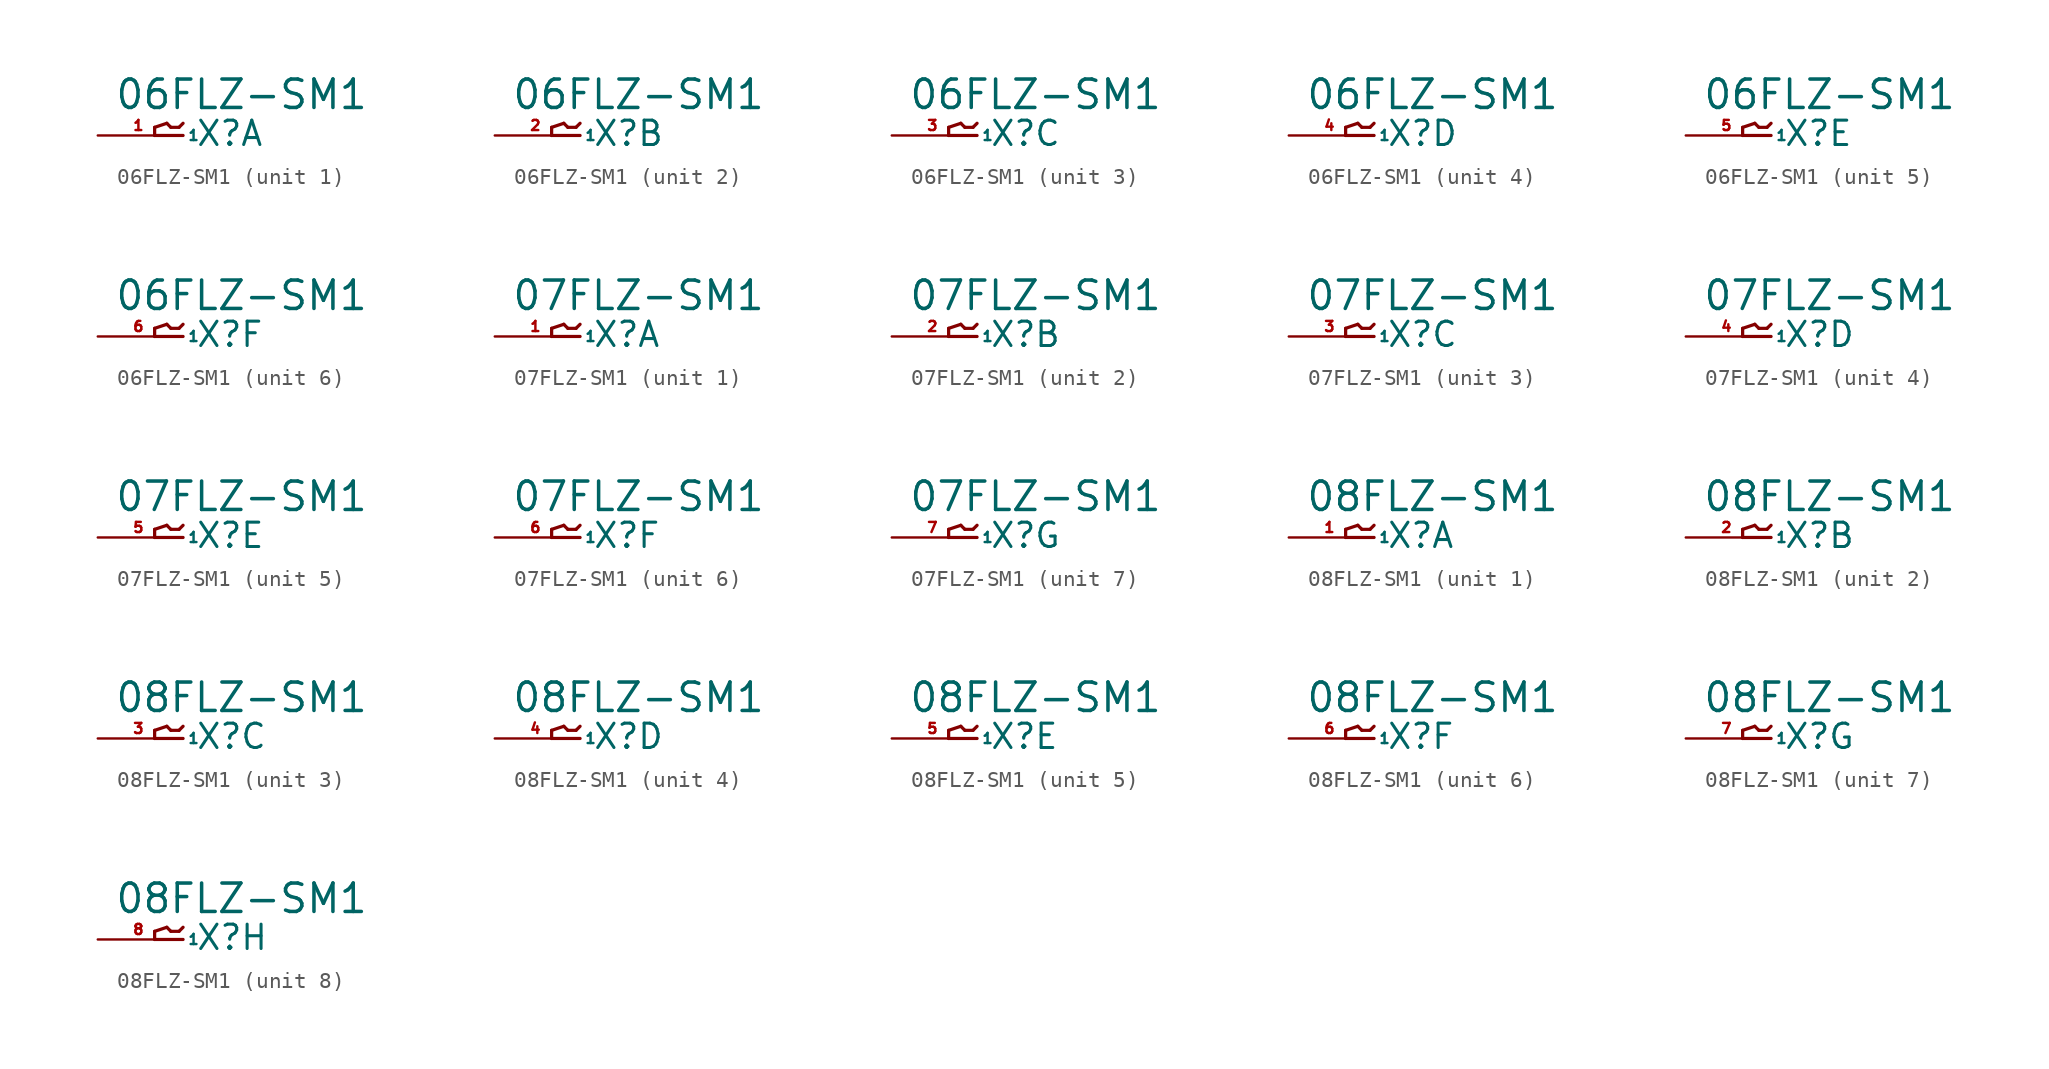
<source format=kicad_sym>
(kicad_symbol_lib
  (version 20220914)
  (generator Eagle2Kicad)
  (symbol "06FLZ-SM1"
    (property "Reference" "X"
      (at 1.016 -0.762 0)
      (effects (font (size 1.524 1.524) (thickness 0.19)) (justify left bottom)))
    (property "Value" "06FLZ-SM1"
      (at -4.064 1.524 0)
      (effects (font (size 1.778 1.778) (thickness 0.22)) (justify left bottom)))
    (symbol "06FLZ-SM1_1_0"
      (polyline (pts (xy 0.254 0) (xy -1.524 0)) (stroke (width 0.203) (type default)) (fill (type none)))
      (polyline (pts (xy -1.524 0) (xy -1.524 0.508)) (stroke (width 0.203) (type default)) (fill (type none)))
      (polyline (pts (xy -1.524 0.508) (xy -0.762 0.762)) (stroke (width 0.203) (type default)) (fill (type none)))
      (polyline (pts (xy -0.762 0.762) (xy -0.508 0.508)) (stroke (width 0.203) (type default)) (fill (type none)))
      (polyline (pts (xy -0.508 0.508) (xy 0 0.508)) (stroke (width 0.203) (type default)) (fill (type none)))
      (polyline (pts (xy 0 0.508) (xy 0.254 0.762)) (stroke (width 0.203) (type default)) (fill (type none)))
      (pin passive line (at -5.08 0 0) (length 5.08) (name "1" (effects (font (size 0.635 0.635) (thickness 0.08)) (justify left bottom))) (number "1" (effects (font (size 0.635 0.635) (thickness 0.08)) (justify left bottom)))))
    (symbol "06FLZ-SM1_2_0"
      (polyline (pts (xy 0.254 0) (xy -1.524 0)) (stroke (width 0.203) (type default)) (fill (type none)))
      (polyline (pts (xy -1.524 0) (xy -1.524 0.508)) (stroke (width 0.203) (type default)) (fill (type none)))
      (polyline (pts (xy -1.524 0.508) (xy -0.762 0.762)) (stroke (width 0.203) (type default)) (fill (type none)))
      (polyline (pts (xy -0.762 0.762) (xy -0.508 0.508)) (stroke (width 0.203) (type default)) (fill (type none)))
      (polyline (pts (xy -0.508 0.508) (xy 0 0.508)) (stroke (width 0.203) (type default)) (fill (type none)))
      (polyline (pts (xy 0 0.508) (xy 0.254 0.762)) (stroke (width 0.203) (type default)) (fill (type none)))
      (pin passive line (at -5.08 0 0) (length 5.08) (name "1" (effects (font (size 0.635 0.635) (thickness 0.08)) (justify left bottom))) (number "2" (effects (font (size 0.635 0.635) (thickness 0.08)) (justify left bottom)))))
    (symbol "06FLZ-SM1_3_0"
      (polyline (pts (xy 0.254 0) (xy -1.524 0)) (stroke (width 0.203) (type default)) (fill (type none)))
      (polyline (pts (xy -1.524 0) (xy -1.524 0.508)) (stroke (width 0.203) (type default)) (fill (type none)))
      (polyline (pts (xy -1.524 0.508) (xy -0.762 0.762)) (stroke (width 0.203) (type default)) (fill (type none)))
      (polyline (pts (xy -0.762 0.762) (xy -0.508 0.508)) (stroke (width 0.203) (type default)) (fill (type none)))
      (polyline (pts (xy -0.508 0.508) (xy 0 0.508)) (stroke (width 0.203) (type default)) (fill (type none)))
      (polyline (pts (xy 0 0.508) (xy 0.254 0.762)) (stroke (width 0.203) (type default)) (fill (type none)))
      (pin passive line (at -5.08 0 0) (length 5.08) (name "1" (effects (font (size 0.635 0.635) (thickness 0.08)) (justify left bottom))) (number "3" (effects (font (size 0.635 0.635) (thickness 0.08)) (justify left bottom)))))
    (symbol "06FLZ-SM1_4_0"
      (polyline (pts (xy 0.254 0) (xy -1.524 0)) (stroke (width 0.203) (type default)) (fill (type none)))
      (polyline (pts (xy -1.524 0) (xy -1.524 0.508)) (stroke (width 0.203) (type default)) (fill (type none)))
      (polyline (pts (xy -1.524 0.508) (xy -0.762 0.762)) (stroke (width 0.203) (type default)) (fill (type none)))
      (polyline (pts (xy -0.762 0.762) (xy -0.508 0.508)) (stroke (width 0.203) (type default)) (fill (type none)))
      (polyline (pts (xy -0.508 0.508) (xy 0 0.508)) (stroke (width 0.203) (type default)) (fill (type none)))
      (polyline (pts (xy 0 0.508) (xy 0.254 0.762)) (stroke (width 0.203) (type default)) (fill (type none)))
      (pin passive line (at -5.08 0 0) (length 5.08) (name "1" (effects (font (size 0.635 0.635) (thickness 0.08)) (justify left bottom))) (number "4" (effects (font (size 0.635 0.635) (thickness 0.08)) (justify left bottom)))))
    (symbol "06FLZ-SM1_5_0"
      (polyline (pts (xy 0.254 0) (xy -1.524 0)) (stroke (width 0.203) (type default)) (fill (type none)))
      (polyline (pts (xy -1.524 0) (xy -1.524 0.508)) (stroke (width 0.203) (type default)) (fill (type none)))
      (polyline (pts (xy -1.524 0.508) (xy -0.762 0.762)) (stroke (width 0.203) (type default)) (fill (type none)))
      (polyline (pts (xy -0.762 0.762) (xy -0.508 0.508)) (stroke (width 0.203) (type default)) (fill (type none)))
      (polyline (pts (xy -0.508 0.508) (xy 0 0.508)) (stroke (width 0.203) (type default)) (fill (type none)))
      (polyline (pts (xy 0 0.508) (xy 0.254 0.762)) (stroke (width 0.203) (type default)) (fill (type none)))
      (pin passive line (at -5.08 0 0) (length 5.08) (name "1" (effects (font (size 0.635 0.635) (thickness 0.08)) (justify left bottom))) (number "5" (effects (font (size 0.635 0.635) (thickness 0.08)) (justify left bottom)))))
    (symbol "06FLZ-SM1_6_0"
      (polyline (pts (xy 0.254 0) (xy -1.524 0)) (stroke (width 0.203) (type default)) (fill (type none)))
      (polyline (pts (xy -1.524 0) (xy -1.524 0.508)) (stroke (width 0.203) (type default)) (fill (type none)))
      (polyline (pts (xy -1.524 0.508) (xy -0.762 0.762)) (stroke (width 0.203) (type default)) (fill (type none)))
      (polyline (pts (xy -0.762 0.762) (xy -0.508 0.508)) (stroke (width 0.203) (type default)) (fill (type none)))
      (polyline (pts (xy -0.508 0.508) (xy 0 0.508)) (stroke (width 0.203) (type default)) (fill (type none)))
      (polyline (pts (xy 0 0.508) (xy 0.254 0.762)) (stroke (width 0.203) (type default)) (fill (type none)))
      (pin passive line (at -5.08 0 0) (length 5.08) (name "1" (effects (font (size 0.635 0.635) (thickness 0.08)) (justify left bottom))) (number "6" (effects (font (size 0.635 0.635) (thickness 0.08)) (justify left bottom))))))
  (symbol "07FLZ-SM1"
    (property "Reference" "X"
      (at 1.016 -0.762 0)
      (effects (font (size 1.524 1.524) (thickness 0.19)) (justify left bottom)))
    (property "Value" "07FLZ-SM1"
      (at -4.064 1.524 0)
      (effects (font (size 1.778 1.778) (thickness 0.22)) (justify left bottom)))
    (symbol "07FLZ-SM1_1_0"
      (polyline (pts (xy 0.254 0) (xy -1.524 0)) (stroke (width 0.203) (type default)) (fill (type none)))
      (polyline (pts (xy -1.524 0) (xy -1.524 0.508)) (stroke (width 0.203) (type default)) (fill (type none)))
      (polyline (pts (xy -1.524 0.508) (xy -0.762 0.762)) (stroke (width 0.203) (type default)) (fill (type none)))
      (polyline (pts (xy -0.762 0.762) (xy -0.508 0.508)) (stroke (width 0.203) (type default)) (fill (type none)))
      (polyline (pts (xy -0.508 0.508) (xy 0 0.508)) (stroke (width 0.203) (type default)) (fill (type none)))
      (polyline (pts (xy 0 0.508) (xy 0.254 0.762)) (stroke (width 0.203) (type default)) (fill (type none)))
      (pin passive line (at -5.08 0 0) (length 5.08) (name "1" (effects (font (size 0.635 0.635) (thickness 0.08)) (justify left bottom))) (number "1" (effects (font (size 0.635 0.635) (thickness 0.08)) (justify left bottom)))))
    (symbol "07FLZ-SM1_2_0"
      (polyline (pts (xy 0.254 0) (xy -1.524 0)) (stroke (width 0.203) (type default)) (fill (type none)))
      (polyline (pts (xy -1.524 0) (xy -1.524 0.508)) (stroke (width 0.203) (type default)) (fill (type none)))
      (polyline (pts (xy -1.524 0.508) (xy -0.762 0.762)) (stroke (width 0.203) (type default)) (fill (type none)))
      (polyline (pts (xy -0.762 0.762) (xy -0.508 0.508)) (stroke (width 0.203) (type default)) (fill (type none)))
      (polyline (pts (xy -0.508 0.508) (xy 0 0.508)) (stroke (width 0.203) (type default)) (fill (type none)))
      (polyline (pts (xy 0 0.508) (xy 0.254 0.762)) (stroke (width 0.203) (type default)) (fill (type none)))
      (pin passive line (at -5.08 0 0) (length 5.08) (name "1" (effects (font (size 0.635 0.635) (thickness 0.08)) (justify left bottom))) (number "2" (effects (font (size 0.635 0.635) (thickness 0.08)) (justify left bottom)))))
    (symbol "07FLZ-SM1_3_0"
      (polyline (pts (xy 0.254 0) (xy -1.524 0)) (stroke (width 0.203) (type default)) (fill (type none)))
      (polyline (pts (xy -1.524 0) (xy -1.524 0.508)) (stroke (width 0.203) (type default)) (fill (type none)))
      (polyline (pts (xy -1.524 0.508) (xy -0.762 0.762)) (stroke (width 0.203) (type default)) (fill (type none)))
      (polyline (pts (xy -0.762 0.762) (xy -0.508 0.508)) (stroke (width 0.203) (type default)) (fill (type none)))
      (polyline (pts (xy -0.508 0.508) (xy 0 0.508)) (stroke (width 0.203) (type default)) (fill (type none)))
      (polyline (pts (xy 0 0.508) (xy 0.254 0.762)) (stroke (width 0.203) (type default)) (fill (type none)))
      (pin passive line (at -5.08 0 0) (length 5.08) (name "1" (effects (font (size 0.635 0.635) (thickness 0.08)) (justify left bottom))) (number "3" (effects (font (size 0.635 0.635) (thickness 0.08)) (justify left bottom)))))
    (symbol "07FLZ-SM1_4_0"
      (polyline (pts (xy 0.254 0) (xy -1.524 0)) (stroke (width 0.203) (type default)) (fill (type none)))
      (polyline (pts (xy -1.524 0) (xy -1.524 0.508)) (stroke (width 0.203) (type default)) (fill (type none)))
      (polyline (pts (xy -1.524 0.508) (xy -0.762 0.762)) (stroke (width 0.203) (type default)) (fill (type none)))
      (polyline (pts (xy -0.762 0.762) (xy -0.508 0.508)) (stroke (width 0.203) (type default)) (fill (type none)))
      (polyline (pts (xy -0.508 0.508) (xy 0 0.508)) (stroke (width 0.203) (type default)) (fill (type none)))
      (polyline (pts (xy 0 0.508) (xy 0.254 0.762)) (stroke (width 0.203) (type default)) (fill (type none)))
      (pin passive line (at -5.08 0 0) (length 5.08) (name "1" (effects (font (size 0.635 0.635) (thickness 0.08)) (justify left bottom))) (number "4" (effects (font (size 0.635 0.635) (thickness 0.08)) (justify left bottom)))))
    (symbol "07FLZ-SM1_5_0"
      (polyline (pts (xy 0.254 0) (xy -1.524 0)) (stroke (width 0.203) (type default)) (fill (type none)))
      (polyline (pts (xy -1.524 0) (xy -1.524 0.508)) (stroke (width 0.203) (type default)) (fill (type none)))
      (polyline (pts (xy -1.524 0.508) (xy -0.762 0.762)) (stroke (width 0.203) (type default)) (fill (type none)))
      (polyline (pts (xy -0.762 0.762) (xy -0.508 0.508)) (stroke (width 0.203) (type default)) (fill (type none)))
      (polyline (pts (xy -0.508 0.508) (xy 0 0.508)) (stroke (width 0.203) (type default)) (fill (type none)))
      (polyline (pts (xy 0 0.508) (xy 0.254 0.762)) (stroke (width 0.203) (type default)) (fill (type none)))
      (pin passive line (at -5.08 0 0) (length 5.08) (name "1" (effects (font (size 0.635 0.635) (thickness 0.08)) (justify left bottom))) (number "5" (effects (font (size 0.635 0.635) (thickness 0.08)) (justify left bottom)))))
    (symbol "07FLZ-SM1_6_0"
      (polyline (pts (xy 0.254 0) (xy -1.524 0)) (stroke (width 0.203) (type default)) (fill (type none)))
      (polyline (pts (xy -1.524 0) (xy -1.524 0.508)) (stroke (width 0.203) (type default)) (fill (type none)))
      (polyline (pts (xy -1.524 0.508) (xy -0.762 0.762)) (stroke (width 0.203) (type default)) (fill (type none)))
      (polyline (pts (xy -0.762 0.762) (xy -0.508 0.508)) (stroke (width 0.203) (type default)) (fill (type none)))
      (polyline (pts (xy -0.508 0.508) (xy 0 0.508)) (stroke (width 0.203) (type default)) (fill (type none)))
      (polyline (pts (xy 0 0.508) (xy 0.254 0.762)) (stroke (width 0.203) (type default)) (fill (type none)))
      (pin passive line (at -5.08 0 0) (length 5.08) (name "1" (effects (font (size 0.635 0.635) (thickness 0.08)) (justify left bottom))) (number "6" (effects (font (size 0.635 0.635) (thickness 0.08)) (justify left bottom)))))
    (symbol "07FLZ-SM1_7_0"
      (polyline (pts (xy 0.254 0) (xy -1.524 0)) (stroke (width 0.203) (type default)) (fill (type none)))
      (polyline (pts (xy -1.524 0) (xy -1.524 0.508)) (stroke (width 0.203) (type default)) (fill (type none)))
      (polyline (pts (xy -1.524 0.508) (xy -0.762 0.762)) (stroke (width 0.203) (type default)) (fill (type none)))
      (polyline (pts (xy -0.762 0.762) (xy -0.508 0.508)) (stroke (width 0.203) (type default)) (fill (type none)))
      (polyline (pts (xy -0.508 0.508) (xy 0 0.508)) (stroke (width 0.203) (type default)) (fill (type none)))
      (polyline (pts (xy 0 0.508) (xy 0.254 0.762)) (stroke (width 0.203) (type default)) (fill (type none)))
      (pin passive line (at -5.08 0 0) (length 5.08) (name "1" (effects (font (size 0.635 0.635) (thickness 0.08)) (justify left bottom))) (number "7" (effects (font (size 0.635 0.635) (thickness 0.08)) (justify left bottom))))))
  (symbol "08FLZ-SM1"
    (property "Reference" "X"
      (at 1.016 -0.762 0)
      (effects (font (size 1.524 1.524) (thickness 0.19)) (justify left bottom)))
    (property "Value" "08FLZ-SM1"
      (at -4.064 1.524 0)
      (effects (font (size 1.778 1.778) (thickness 0.22)) (justify left bottom)))
    (symbol "08FLZ-SM1_1_0"
      (polyline (pts (xy 0.254 0) (xy -1.524 0)) (stroke (width 0.203) (type default)) (fill (type none)))
      (polyline (pts (xy -1.524 0) (xy -1.524 0.508)) (stroke (width 0.203) (type default)) (fill (type none)))
      (polyline (pts (xy -1.524 0.508) (xy -0.762 0.762)) (stroke (width 0.203) (type default)) (fill (type none)))
      (polyline (pts (xy -0.762 0.762) (xy -0.508 0.508)) (stroke (width 0.203) (type default)) (fill (type none)))
      (polyline (pts (xy -0.508 0.508) (xy 0 0.508)) (stroke (width 0.203) (type default)) (fill (type none)))
      (polyline (pts (xy 0 0.508) (xy 0.254 0.762)) (stroke (width 0.203) (type default)) (fill (type none)))
      (pin passive line (at -5.08 0 0) (length 5.08) (name "1" (effects (font (size 0.635 0.635) (thickness 0.08)) (justify left bottom))) (number "1" (effects (font (size 0.635 0.635) (thickness 0.08)) (justify left bottom)))))
    (symbol "08FLZ-SM1_2_0"
      (polyline (pts (xy 0.254 0) (xy -1.524 0)) (stroke (width 0.203) (type default)) (fill (type none)))
      (polyline (pts (xy -1.524 0) (xy -1.524 0.508)) (stroke (width 0.203) (type default)) (fill (type none)))
      (polyline (pts (xy -1.524 0.508) (xy -0.762 0.762)) (stroke (width 0.203) (type default)) (fill (type none)))
      (polyline (pts (xy -0.762 0.762) (xy -0.508 0.508)) (stroke (width 0.203) (type default)) (fill (type none)))
      (polyline (pts (xy -0.508 0.508) (xy 0 0.508)) (stroke (width 0.203) (type default)) (fill (type none)))
      (polyline (pts (xy 0 0.508) (xy 0.254 0.762)) (stroke (width 0.203) (type default)) (fill (type none)))
      (pin passive line (at -5.08 0 0) (length 5.08) (name "1" (effects (font (size 0.635 0.635) (thickness 0.08)) (justify left bottom))) (number "2" (effects (font (size 0.635 0.635) (thickness 0.08)) (justify left bottom)))))
    (symbol "08FLZ-SM1_3_0"
      (polyline (pts (xy 0.254 0) (xy -1.524 0)) (stroke (width 0.203) (type default)) (fill (type none)))
      (polyline (pts (xy -1.524 0) (xy -1.524 0.508)) (stroke (width 0.203) (type default)) (fill (type none)))
      (polyline (pts (xy -1.524 0.508) (xy -0.762 0.762)) (stroke (width 0.203) (type default)) (fill (type none)))
      (polyline (pts (xy -0.762 0.762) (xy -0.508 0.508)) (stroke (width 0.203) (type default)) (fill (type none)))
      (polyline (pts (xy -0.508 0.508) (xy 0 0.508)) (stroke (width 0.203) (type default)) (fill (type none)))
      (polyline (pts (xy 0 0.508) (xy 0.254 0.762)) (stroke (width 0.203) (type default)) (fill (type none)))
      (pin passive line (at -5.08 0 0) (length 5.08) (name "1" (effects (font (size 0.635 0.635) (thickness 0.08)) (justify left bottom))) (number "3" (effects (font (size 0.635 0.635) (thickness 0.08)) (justify left bottom)))))
    (symbol "08FLZ-SM1_4_0"
      (polyline (pts (xy 0.254 0) (xy -1.524 0)) (stroke (width 0.203) (type default)) (fill (type none)))
      (polyline (pts (xy -1.524 0) (xy -1.524 0.508)) (stroke (width 0.203) (type default)) (fill (type none)))
      (polyline (pts (xy -1.524 0.508) (xy -0.762 0.762)) (stroke (width 0.203) (type default)) (fill (type none)))
      (polyline (pts (xy -0.762 0.762) (xy -0.508 0.508)) (stroke (width 0.203) (type default)) (fill (type none)))
      (polyline (pts (xy -0.508 0.508) (xy 0 0.508)) (stroke (width 0.203) (type default)) (fill (type none)))
      (polyline (pts (xy 0 0.508) (xy 0.254 0.762)) (stroke (width 0.203) (type default)) (fill (type none)))
      (pin passive line (at -5.08 0 0) (length 5.08) (name "1" (effects (font (size 0.635 0.635) (thickness 0.08)) (justify left bottom))) (number "4" (effects (font (size 0.635 0.635) (thickness 0.08)) (justify left bottom)))))
    (symbol "08FLZ-SM1_5_0"
      (polyline (pts (xy 0.254 0) (xy -1.524 0)) (stroke (width 0.203) (type default)) (fill (type none)))
      (polyline (pts (xy -1.524 0) (xy -1.524 0.508)) (stroke (width 0.203) (type default)) (fill (type none)))
      (polyline (pts (xy -1.524 0.508) (xy -0.762 0.762)) (stroke (width 0.203) (type default)) (fill (type none)))
      (polyline (pts (xy -0.762 0.762) (xy -0.508 0.508)) (stroke (width 0.203) (type default)) (fill (type none)))
      (polyline (pts (xy -0.508 0.508) (xy 0 0.508)) (stroke (width 0.203) (type default)) (fill (type none)))
      (polyline (pts (xy 0 0.508) (xy 0.254 0.762)) (stroke (width 0.203) (type default)) (fill (type none)))
      (pin passive line (at -5.08 0 0) (length 5.08) (name "1" (effects (font (size 0.635 0.635) (thickness 0.08)) (justify left bottom))) (number "5" (effects (font (size 0.635 0.635) (thickness 0.08)) (justify left bottom)))))
    (symbol "08FLZ-SM1_6_0"
      (polyline (pts (xy 0.254 0) (xy -1.524 0)) (stroke (width 0.203) (type default)) (fill (type none)))
      (polyline (pts (xy -1.524 0) (xy -1.524 0.508)) (stroke (width 0.203) (type default)) (fill (type none)))
      (polyline (pts (xy -1.524 0.508) (xy -0.762 0.762)) (stroke (width 0.203) (type default)) (fill (type none)))
      (polyline (pts (xy -0.762 0.762) (xy -0.508 0.508)) (stroke (width 0.203) (type default)) (fill (type none)))
      (polyline (pts (xy -0.508 0.508) (xy 0 0.508)) (stroke (width 0.203) (type default)) (fill (type none)))
      (polyline (pts (xy 0 0.508) (xy 0.254 0.762)) (stroke (width 0.203) (type default)) (fill (type none)))
      (pin passive line (at -5.08 0 0) (length 5.08) (name "1" (effects (font (size 0.635 0.635) (thickness 0.08)) (justify left bottom))) (number "6" (effects (font (size 0.635 0.635) (thickness 0.08)) (justify left bottom)))))
    (symbol "08FLZ-SM1_7_0"
      (polyline (pts (xy 0.254 0) (xy -1.524 0)) (stroke (width 0.203) (type default)) (fill (type none)))
      (polyline (pts (xy -1.524 0) (xy -1.524 0.508)) (stroke (width 0.203) (type default)) (fill (type none)))
      (polyline (pts (xy -1.524 0.508) (xy -0.762 0.762)) (stroke (width 0.203) (type default)) (fill (type none)))
      (polyline (pts (xy -0.762 0.762) (xy -0.508 0.508)) (stroke (width 0.203) (type default)) (fill (type none)))
      (polyline (pts (xy -0.508 0.508) (xy 0 0.508)) (stroke (width 0.203) (type default)) (fill (type none)))
      (polyline (pts (xy 0 0.508) (xy 0.254 0.762)) (stroke (width 0.203) (type default)) (fill (type none)))
      (pin passive line (at -5.08 0 0) (length 5.08) (name "1" (effects (font (size 0.635 0.635) (thickness 0.08)) (justify left bottom))) (number "7" (effects (font (size 0.635 0.635) (thickness 0.08)) (justify left bottom)))))
    (symbol "08FLZ-SM1_8_0"
      (polyline (pts (xy 0.254 0) (xy -1.524 0)) (stroke (width 0.203) (type default)) (fill (type none)))
      (polyline (pts (xy -1.524 0) (xy -1.524 0.508)) (stroke (width 0.203) (type default)) (fill (type none)))
      (polyline (pts (xy -1.524 0.508) (xy -0.762 0.762)) (stroke (width 0.203) (type default)) (fill (type none)))
      (polyline (pts (xy -0.762 0.762) (xy -0.508 0.508)) (stroke (width 0.203) (type default)) (fill (type none)))
      (polyline (pts (xy -0.508 0.508) (xy 0 0.508)) (stroke (width 0.203) (type default)) (fill (type none)))
      (polyline (pts (xy 0 0.508) (xy 0.254 0.762)) (stroke (width 0.203) (type default)) (fill (type none)))
      (pin passive line (at -5.08 0 0) (length 5.08) (name "1" (effects (font (size 0.635 0.635) (thickness 0.08)) (justify left bottom))) (number "8" (effects (font (size 0.635 0.635) (thickness 0.08)) (justify left bottom)))))))
</source>
